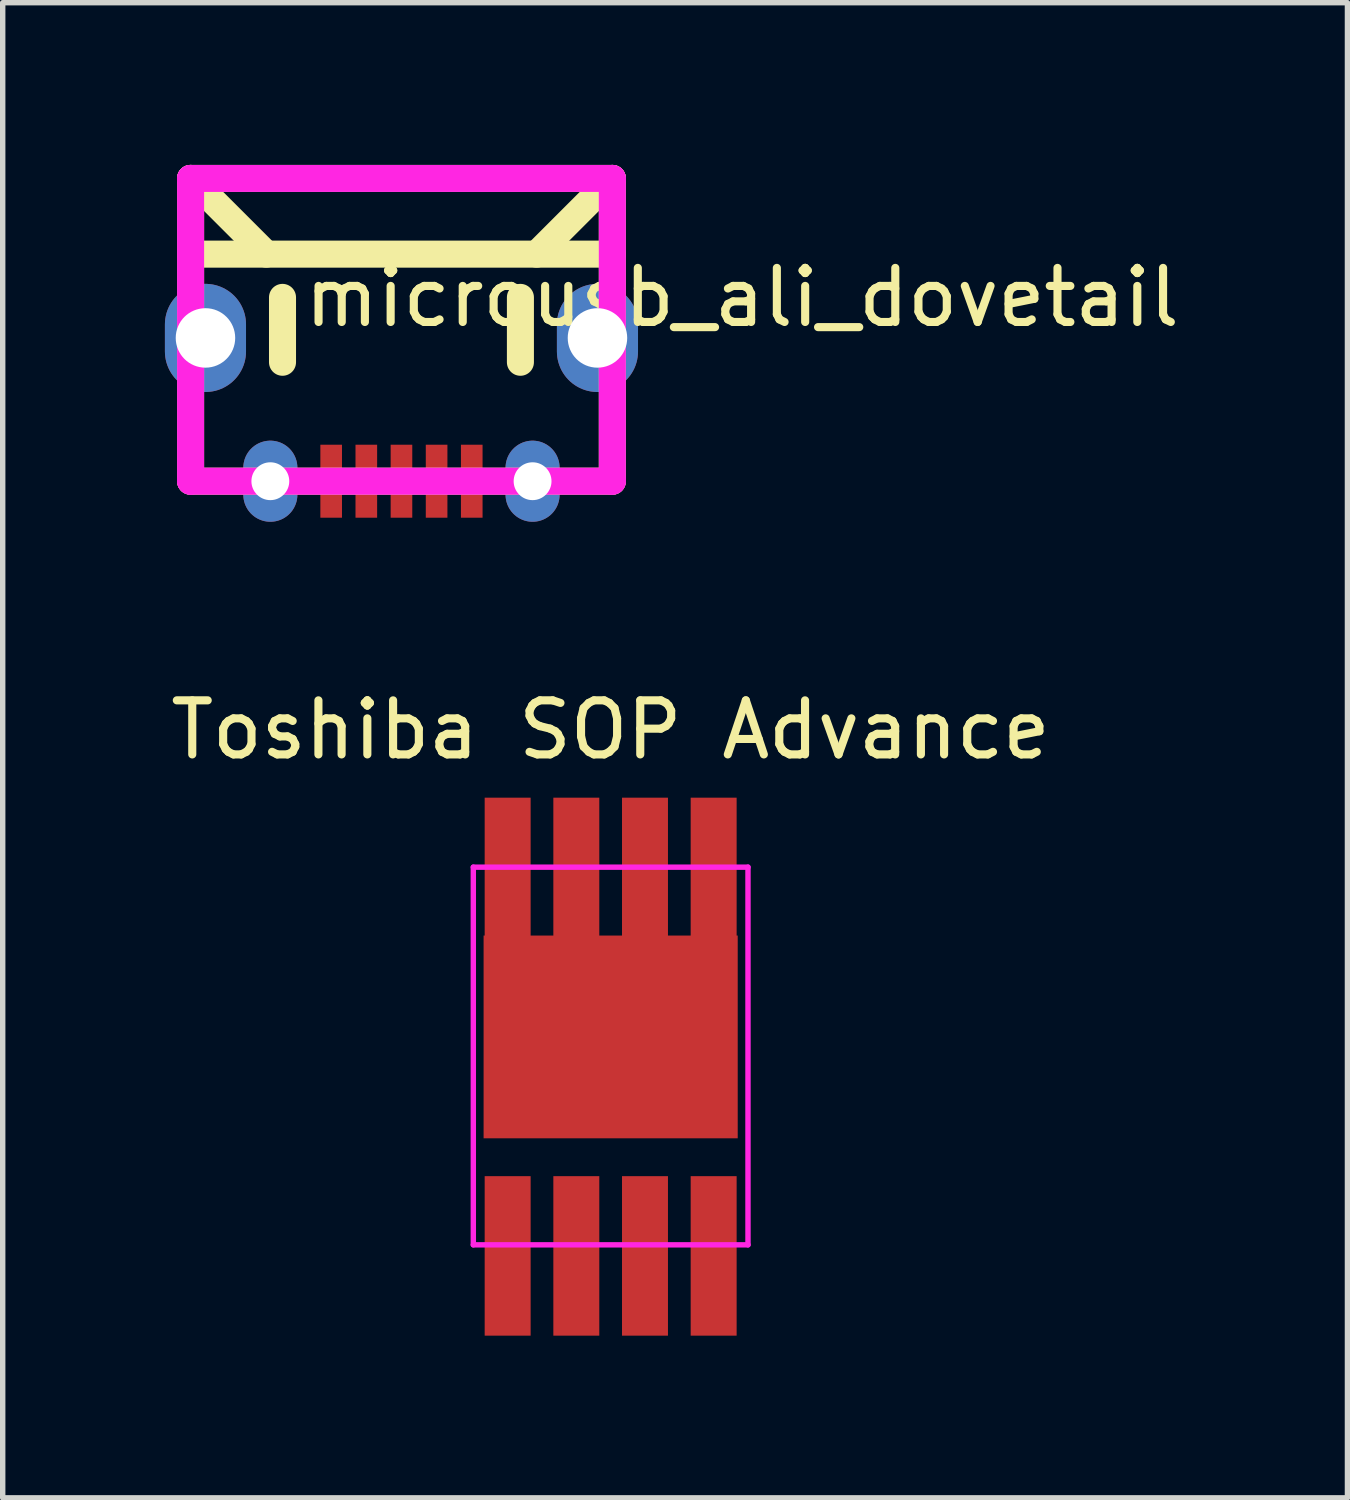
<source format=kicad_pcb>
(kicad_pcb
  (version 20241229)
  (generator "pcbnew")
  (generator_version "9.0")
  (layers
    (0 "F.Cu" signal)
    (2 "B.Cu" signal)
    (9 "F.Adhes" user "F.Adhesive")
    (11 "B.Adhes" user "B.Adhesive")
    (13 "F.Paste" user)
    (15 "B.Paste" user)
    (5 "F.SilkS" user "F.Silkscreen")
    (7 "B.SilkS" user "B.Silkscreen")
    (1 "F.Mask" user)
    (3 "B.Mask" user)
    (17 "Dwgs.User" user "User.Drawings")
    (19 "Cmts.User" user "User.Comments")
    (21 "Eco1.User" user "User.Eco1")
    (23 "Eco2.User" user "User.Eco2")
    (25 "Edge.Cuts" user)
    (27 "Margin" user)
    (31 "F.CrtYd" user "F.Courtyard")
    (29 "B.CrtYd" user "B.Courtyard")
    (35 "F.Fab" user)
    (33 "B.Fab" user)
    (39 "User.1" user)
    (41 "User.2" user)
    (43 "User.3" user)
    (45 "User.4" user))
  (footprint "microusb_ali_dovetail"
    (layer "F.Cu")
    (at 4.375 5.85)
    (property "Reference" "microusb_ali_dovetail" (at 6.3 -3.4 0) (layer "F.SilkS") (effects (font (size 1 1) (thickness 0.15))))
    (attr through_hole)
    (fp_line (start -3.9 -5.6) (end -3.9 0) (stroke (width 0.5) (type solid)) (layer "F.SilkS"))
    (fp_line (start -3.9 -5.6) (end -2.5 -4.2) (stroke (width 0.5) (type solid)) (layer "F.SilkS"))
    (fp_line (start -3.9 -4.2) (end 3.9 -4.2) (stroke (width 0.5) (type solid)) (layer "F.SilkS"))
    (fp_line (start -3.9 0) (end 3.9 0) (stroke (width 0.5) (type solid)) (layer "F.SilkS"))
    (fp_line (start -2.2 -3.4) (end -2.2 -2.2) (stroke (width 0.5) (type solid)) (layer "F.SilkS"))
    (fp_line (start 2.2 -3.4) (end 2.2 -2.2) (stroke (width 0.5) (type solid)) (layer "F.SilkS"))
    (fp_line (start 3.9 -5.6) (end -3.9 -5.6) (stroke (width 0.5) (type solid)) (layer "F.SilkS"))
    (fp_line (start 3.9 -5.6) (end 2.5 -4.2) (stroke (width 0.5) (type solid)) (layer "F.SilkS"))
    (fp_line (start 3.9 0) (end 3.9 -5.6) (stroke (width 0.5) (type solid)) (layer "F.SilkS"))
    (fp_line (start -3.9 -5.6) (end 3.9 -5.6) (stroke (width 0.5) (type solid)) (layer "F.CrtYd"))
    (fp_line (start -3.9 0) (end -3.9 -5.6) (stroke (width 0.5) (type solid)) (layer "F.CrtYd"))
    (fp_line (start 3.9 -5.6) (end 3.9 0) (stroke (width 0.5) (type solid)) (layer "F.CrtYd"))
    (fp_line (start 3.9 0) (end -3.9 0) (stroke (width 0.5) (type solid)) (layer "F.CrtYd"))
    (pad "1" smd rect (at 1.3 0) (size 0.4 1.35) (layers "F.Cu" "F.Mask" "F.Paste"))
    (pad "2" smd rect (at 0.65 0) (size 0.4 1.35) (layers "F.Cu" "F.Mask" "F.Paste"))
    (pad "3" smd rect (at 0 0) (size 0.4 1.35) (layers "F.Cu" "F.Mask" "F.Paste"))
    (pad "4" smd rect (at -0.65 0) (size 0.4 1.35) (layers "F.Cu" "F.Mask" "F.Paste"))
    (pad "5" smd rect (at -1.3 0) (size 0.4 1.35) (layers "F.Cu" "F.Mask" "F.Paste"))
    (pad "6" thru_hole oval (at -3.625 -2.65) (size 1.5 2) (drill 1.1) (layers "*.Cu" "*.Mask"))
    (pad "6" thru_hole oval (at -2.425 0) (size 1 1.5) (drill 0.7) (layers "*.Cu" "*.Mask"))
    (pad "6" thru_hole oval (at 2.425 0) (size 1 1.5) (drill 0.7) (layers "*.Cu" "*.Mask"))
    (pad "6" thru_hole oval (at 3.625 -2.65) (size 1.5 2) (drill 1.1) (layers "*.Cu" "*.Mask")))
  (footprint "Toshiba SOP Advance"
    (layer "F.Cu")
    (at 8.244 16.678)
    (property "Reference" "Toshiba SOP Advance" (at 0 -6.23 0) (layer "F.SilkS") (effects (font (size 1 1) (thickness 0.15))))
    (attr through_hole)
    (fp_line (start -2.54 -3.69) (end -2.54 3.295) (stroke (width 0.1) (type solid)) (layer "F.CrtYd"))
    (fp_line (start -2.54 -3.69) (end 2.54 -3.69) (stroke (width 0.1) (type solid)) (layer "F.CrtYd"))
    (fp_line (start 2.54 -3.69) (end 2.54 3.295) (stroke (width 0.1) (type solid)) (layer "F.CrtYd"))
    (fp_line (start 2.54 3.295) (end -2.54 3.295) (stroke (width 0.1) (type solid)) (layer "F.CrtYd"))
    (pad "1" smd rect (at -1.905 -3.475) (size 0.85 3) (layers "F.Cu" "F.Mask" "F.Paste"))
    (pad "1" smd rect (at -0.635 -3.475) (size 0.85 3) (layers "F.Cu" "F.Mask" "F.Paste"))
    (pad "1" smd rect (at 0 -0.55) (size 4.7 3.75) (layers "F.Cu" "F.Mask" "F.Paste"))
    (pad "1" smd rect (at 0.635 -3.475) (size 0.85 3) (layers "F.Cu" "F.Mask" "F.Paste"))
    (pad "1" smd rect (at 1.905 -3.475) (size 0.85 3) (layers "F.Cu" "F.Mask" "F.Paste"))
    (pad "2" smd rect (at 1.905 3.5) (size 0.85 2.95) (layers "F.Cu" "F.Mask" "F.Paste"))
    (pad "3" smd rect (at -1.905 3.5) (size 0.85 2.95) (layers "F.Cu" "F.Mask" "F.Paste"))
    (pad "3" smd rect (at -0.635 3.5) (size 0.85 2.95) (layers "F.Cu" "F.Mask" "F.Paste"))
    (pad "3" smd rect (at 0.635 3.5) (size 0.85 2.95) (layers "F.Cu" "F.Mask" "F.Paste")))
  (gr_rect
    (start -3 -3)
    (end 21.871 24.653)
    (stroke (width 0.1) (type default))
    (fill no)
    (layer "Edge.Cuts")))
</source>
